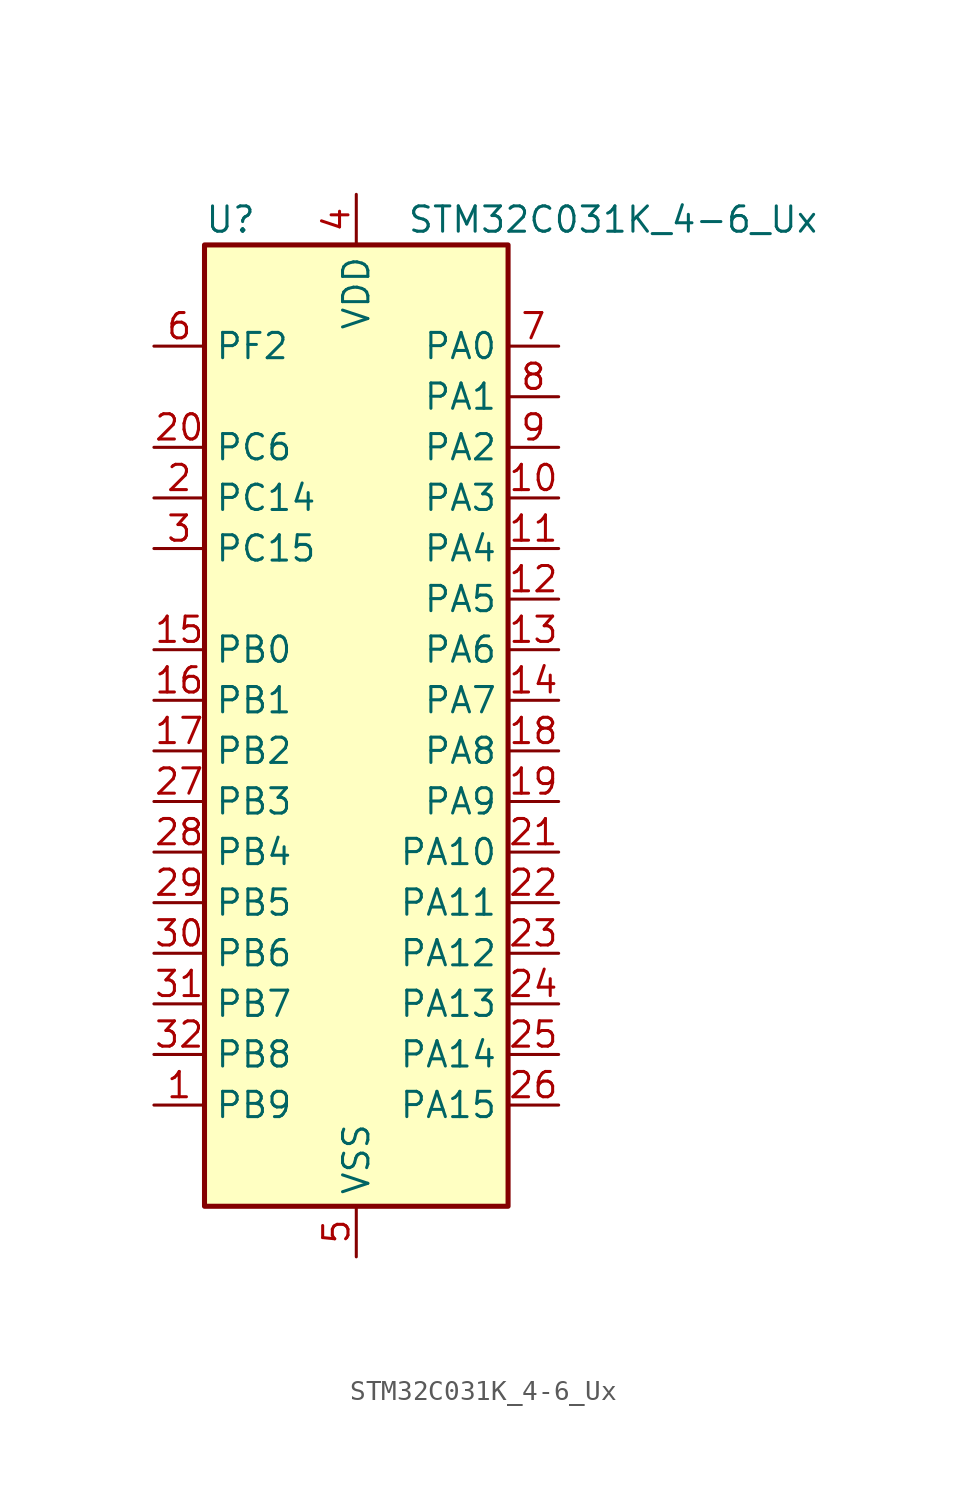
<source format=kicad_sym>
(kicad_symbol_lib
  (version 20241209)
  (generator "kicad_symbol_editor")
  (generator_version "9.0")
  (symbol "STM32C031K_4-6_Ux"
    (property "Reference" "U"
      (at -7.62 26.67 0)
      (effects (font (size 1.27 1.27)) (justify left)))
    (property "Value" "STM32C031K_4-6_Ux"
      (at 2.54 26.67 0)
      (effects (font (size 1.27 1.27)) (justify left)))
    (symbol "STM32C031K_4-6_Ux_0_1"
      (rectangle (start -7.62 -22.86) (end 7.62 25.4) (stroke (width 0.254) (type default)) (fill (type background))))
    (symbol "STM32C031K_4-6_Ux_1_1"
      (pin bidirectional line (at -10.16 20.32 0) (length 2.54) (name "PF2" (effects (font (size 1.27 1.27)))) (number "6" (effects (font (size 1.27 1.27)))) (alternate "RCC_MCO" bidirectional line) (alternate "TIM1_CH4" bidirectional line))
      (pin bidirectional line (at -10.16 15.24 0) (length 2.54) (name "PC6" (effects (font (size 1.27 1.27)))) (number "20" (effects (font (size 1.27 1.27)))) (alternate "TIM3_CH1" bidirectional line))
      (pin bidirectional line (at -10.16 12.7 0) (length 2.54) (name "PC14" (effects (font (size 1.27 1.27)))) (number "2" (effects (font (size 1.27 1.27)))) (alternate "I2C1_SDA" bidirectional line) (alternate "IR_OUT" bidirectional line) (alternate "RCC_OSCX_IN" bidirectional line) (alternate "TIM17_CH1" bidirectional line) (alternate "TIM1_BKIN2" bidirectional line) (alternate "TIM1_ETR" bidirectional line) (alternate "TIM3_CH2" bidirectional line) (alternate "USART1_TX" bidirectional line) (alternate "USART2_CK" bidirectional line) (alternate "USART2_DE" bidirectional line) (alternate "USART2_RTS" bidirectional line))
      (pin bidirectional line (at -10.16 10.16 0) (length 2.54) (name "PC15" (effects (font (size 1.27 1.27)))) (number "3" (effects (font (size 1.27 1.27)))) (alternate "RCC_OSC32_EN" bidirectional line) (alternate "RCC_OSCX_OUT" bidirectional line) (alternate "RCC_OSC_EN" bidirectional line) (alternate "TIM1_ETR" bidirectional line) (alternate "TIM3_CH3" bidirectional line))
      (pin bidirectional line (at -10.16 5.08 0) (length 2.54) (name "PB0" (effects (font (size 1.27 1.27)))) (number "15" (effects (font (size 1.27 1.27)))) (alternate "ADC1_IN17" bidirectional line) (alternate "I2S1_WS" bidirectional line) (alternate "SPI1_NSS" bidirectional line) (alternate "TIM1_CH2N" bidirectional line) (alternate "TIM3_CH3" bidirectional line))
      (pin bidirectional line (at -10.16 2.54 0) (length 2.54) (name "PB1" (effects (font (size 1.27 1.27)))) (number "16" (effects (font (size 1.27 1.27)))) (alternate "ADC1_IN18" bidirectional line) (alternate "TIM14_CH1" bidirectional line) (alternate "TIM1_CH2N" bidirectional line) (alternate "TIM1_CH3N" bidirectional line) (alternate "TIM3_CH4" bidirectional line))
      (pin bidirectional line (at -10.16 0 0) (length 2.54) (name "PB2" (effects (font (size 1.27 1.27)))) (number "17" (effects (font (size 1.27 1.27)))) (alternate "ADC1_IN19" bidirectional line) (alternate "RCC_MCO_2" bidirectional line) (alternate "USART1_RX" bidirectional line))
      (pin bidirectional line (at -10.16 -2.54 0) (length 2.54) (name "PB3" (effects (font (size 1.27 1.27)))) (number "27" (effects (font (size 1.27 1.27)))) (alternate "I2S1_CK" bidirectional line) (alternate "SPI1_SCK" bidirectional line) (alternate "TIM1_CH2" bidirectional line) (alternate "TIM3_CH2" bidirectional line) (alternate "USART1_CK" bidirectional line) (alternate "USART1_DE" bidirectional line) (alternate "USART1_RTS" bidirectional line))
      (pin bidirectional line (at -10.16 -5.08 0) (length 2.54) (name "PB4" (effects (font (size 1.27 1.27)))) (number "28" (effects (font (size 1.27 1.27)))) (alternate "I2S1_MCK" bidirectional line) (alternate "SPI1_MISO" bidirectional line) (alternate "TIM17_BKIN" bidirectional line) (alternate "TIM3_CH1" bidirectional line) (alternate "USART1_CTS" bidirectional line) (alternate "USART1_NSS" bidirectional line))
      (pin bidirectional line (at -10.16 -7.62 0) (length 2.54) (name "PB5" (effects (font (size 1.27 1.27)))) (number "29" (effects (font (size 1.27 1.27)))) (alternate "I2C1_SMBA" bidirectional line) (alternate "I2S1_SD" bidirectional line) (alternate "PWR_WKUP6" bidirectional line) (alternate "SPI1_MOSI" bidirectional line) (alternate "TIM16_BKIN" bidirectional line) (alternate "TIM3_CH2" bidirectional line) (alternate "TIM3_CH3" bidirectional line))
      (pin bidirectional line (at -10.16 -10.16 0) (length 2.54) (name "PB6" (effects (font (size 1.27 1.27)))) (number "30" (effects (font (size 1.27 1.27)))) (alternate "I2C1_SCL" bidirectional line) (alternate "I2C1_SMBA" bidirectional line) (alternate "I2S1_CK" bidirectional line) (alternate "I2S1_MCK" bidirectional line) (alternate "I2S1_SD" bidirectional line) (alternate "PWR_WKUP3" bidirectional line) (alternate "SPI1_MISO" bidirectional line) (alternate "SPI1_MOSI" bidirectional line) (alternate "SPI1_SCK" bidirectional line) (alternate "TIM16_BKIN" bidirectional line) (alternate "TIM16_CH1N" bidirectional line) (alternate "TIM17_BKIN" bidirectional line) (alternate "TIM1_CH2" bidirectional line) (alternate "TIM1_CH3" bidirectional line) (alternate "TIM3_CH1" bidirectional line) (alternate "TIM3_CH2" bidirectional line) (alternate "TIM3_CH3" bidirectional line) (alternate "USART1_CK" bidirectional line) (alternate "USART1_CTS" bidirectional line) (alternate "USART1_DE" bidirectional line) (alternate "USART1_NSS" bidirectional line) (alternate "USART1_RTS" bidirectional line) (alternate "USART1_TX" bidirectional line))
      (pin bidirectional line (at -10.16 -12.7 0) (length 2.54) (name "PB7" (effects (font (size 1.27 1.27)))) (number "31" (effects (font (size 1.27 1.27)))) (alternate "I2C1_SCL" bidirectional line) (alternate "I2C1_SDA" bidirectional line) (alternate "RTC_REFIN" bidirectional line) (alternate "TIM16_CH1" bidirectional line) (alternate "TIM17_CH1N" bidirectional line) (alternate "TIM1_CH4" bidirectional line) (alternate "TIM3_CH1" bidirectional line) (alternate "TIM3_CH4" bidirectional line) (alternate "USART1_RX" bidirectional line) (alternate "USART2_CTS" bidirectional line) (alternate "USART2_NSS" bidirectional line))
      (pin bidirectional line (at -10.16 -15.24 0) (length 2.54) (name "PB8" (effects (font (size 1.27 1.27)))) (number "32" (effects (font (size 1.27 1.27)))) (alternate "I2C1_SCL" bidirectional line) (alternate "TIM16_CH1" bidirectional line) (alternate "TIM3_CH1" bidirectional line) (alternate "USART2_CTS" bidirectional line) (alternate "USART2_NSS" bidirectional line))
      (pin bidirectional line (at -10.16 -17.78 0) (length 2.54) (name "PB9" (effects (font (size 1.27 1.27)))) (number "1" (effects (font (size 1.27 1.27)))) (alternate "I2C1_SDA" bidirectional line) (alternate "IR_OUT" bidirectional line) (alternate "TIM17_CH1" bidirectional line) (alternate "TIM3_CH2" bidirectional line) (alternate "USART2_CK" bidirectional line) (alternate "USART2_DE" bidirectional line) (alternate "USART2_RTS" bidirectional line))
      (pin power_in line (at 0 27.94 270) (length 2.54) (name "VDD" (effects (font (size 1.27 1.27)))) (number "4" (effects (font (size 1.27 1.27)))))
      (pin passive line (at 0 -25.4 90) (length 2.54) (hide yes) (name "VSS" (effects (font (size 1.27 1.27)))) (number "33" (effects (font (size 1.27 1.27)))))
      (pin power_in line (at 0 -25.4 90) (length 2.54) (name "VSS" (effects (font (size 1.27 1.27)))) (number "5" (effects (font (size 1.27 1.27)))))
      (pin bidirectional line (at 10.16 20.32 180) (length 2.54) (name "PA0" (effects (font (size 1.27 1.27)))) (number "7" (effects (font (size 1.27 1.27)))) (alternate "ADC1_IN0" bidirectional line) (alternate "PWR_WKUP1" bidirectional line) (alternate "TIM16_CH1" bidirectional line) (alternate "TIM1_CH1" bidirectional line) (alternate "USART1_TX" bidirectional line) (alternate "USART2_CTS" bidirectional line) (alternate "USART2_NSS" bidirectional line))
      (pin bidirectional line (at 10.16 17.78 180) (length 2.54) (name "PA1" (effects (font (size 1.27 1.27)))) (number "8" (effects (font (size 1.27 1.27)))) (alternate "ADC1_IN1" bidirectional line) (alternate "I2C1_SMBA" bidirectional line) (alternate "I2S1_CK" bidirectional line) (alternate "SPI1_SCK" bidirectional line) (alternate "TIM17_CH1" bidirectional line) (alternate "TIM1_CH2" bidirectional line) (alternate "USART1_RX" bidirectional line) (alternate "USART2_CK" bidirectional line) (alternate "USART2_DE" bidirectional line) (alternate "USART2_RTS" bidirectional line))
      (pin bidirectional line (at 10.16 15.24 180) (length 2.54) (name "PA2" (effects (font (size 1.27 1.27)))) (number "9" (effects (font (size 1.27 1.27)))) (alternate "ADC1_IN2" bidirectional line) (alternate "I2S1_SD" bidirectional line) (alternate "PWR_WKUP4" bidirectional line) (alternate "RCC_LSCO" bidirectional line) (alternate "SPI1_MOSI" bidirectional line) (alternate "TIM16_CH1N" bidirectional line) (alternate "TIM1_CH3" bidirectional line) (alternate "TIM3_ETR" bidirectional line) (alternate "USART2_TX" bidirectional line))
      (pin bidirectional line (at 10.16 12.7 180) (length 2.54) (name "PA3" (effects (font (size 1.27 1.27)))) (number "10" (effects (font (size 1.27 1.27)))) (alternate "ADC1_IN3" bidirectional line) (alternate "TIM1_CH1N" bidirectional line) (alternate "TIM1_CH4" bidirectional line) (alternate "USART2_RX" bidirectional line))
      (pin bidirectional line (at 10.16 10.16 180) (length 2.54) (name "PA4" (effects (font (size 1.27 1.27)))) (number "11" (effects (font (size 1.27 1.27)))) (alternate "ADC1_IN4" bidirectional line) (alternate "I2S1_WS" bidirectional line) (alternate "PWR_WKUP2" bidirectional line) (alternate "RTC_OUT1" bidirectional line) (alternate "RTC_TS" bidirectional line) (alternate "SPI1_NSS" bidirectional line) (alternate "TIM14_CH1" bidirectional line) (alternate "TIM17_CH1N" bidirectional line) (alternate "TIM1_CH2N" bidirectional line) (alternate "USART2_TX" bidirectional line))
      (pin bidirectional line (at 10.16 7.62 180) (length 2.54) (name "PA5" (effects (font (size 1.27 1.27)))) (number "12" (effects (font (size 1.27 1.27)))) (alternate "ADC1_IN5" bidirectional line) (alternate "I2S1_CK" bidirectional line) (alternate "SPI1_SCK" bidirectional line) (alternate "TIM1_CH1" bidirectional line) (alternate "TIM1_CH3N" bidirectional line) (alternate "USART2_RX" bidirectional line))
      (pin bidirectional line (at 10.16 5.08 180) (length 2.54) (name "PA6" (effects (font (size 1.27 1.27)))) (number "13" (effects (font (size 1.27 1.27)))) (alternate "ADC1_IN6" bidirectional line) (alternate "I2S1_MCK" bidirectional line) (alternate "SPI1_MISO" bidirectional line) (alternate "TIM16_CH1" bidirectional line) (alternate "TIM1_BKIN" bidirectional line) (alternate "TIM3_CH1" bidirectional line))
      (pin bidirectional line (at 10.16 2.54 180) (length 2.54) (name "PA7" (effects (font (size 1.27 1.27)))) (number "14" (effects (font (size 1.27 1.27)))) (alternate "ADC1_IN7" bidirectional line) (alternate "I2S1_SD" bidirectional line) (alternate "SPI1_MOSI" bidirectional line) (alternate "TIM14_CH1" bidirectional line) (alternate "TIM17_CH1" bidirectional line) (alternate "TIM1_CH1N" bidirectional line) (alternate "TIM3_CH2" bidirectional line))
      (pin bidirectional line (at 10.16 0 180) (length 2.54) (name "PA8" (effects (font (size 1.27 1.27)))) (number "18" (effects (font (size 1.27 1.27)))) (alternate "ADC1_IN8" bidirectional line) (alternate "I2S1_WS" bidirectional line) (alternate "RCC_MCO" bidirectional line) (alternate "RCC_MCO_2" bidirectional line) (alternate "SPI1_NSS" bidirectional line) (alternate "TIM14_CH1" bidirectional line) (alternate "TIM1_CH1" bidirectional line) (alternate "TIM1_CH2N" bidirectional line) (alternate "TIM1_CH3N" bidirectional line) (alternate "TIM3_CH3" bidirectional line) (alternate "TIM3_CH4" bidirectional line) (alternate "USART1_RX" bidirectional line) (alternate "USART2_TX" bidirectional line))
      (pin bidirectional line (at 10.16 -2.54 180) (length 2.54) (name "PA9" (effects (font (size 1.27 1.27)))) (number "19" (effects (font (size 1.27 1.27)))) (alternate "I2C1_SCL" bidirectional line) (alternate "RCC_MCO" bidirectional line) (alternate "TIM1_CH2" bidirectional line) (alternate "TIM3_ETR" bidirectional line) (alternate "USART1_TX" bidirectional line))
      (pin bidirectional line (at 10.16 -5.08 180) (length 2.54) (name "PA10" (effects (font (size 1.27 1.27)))) (number "21" (effects (font (size 1.27 1.27)))) (alternate "I2C1_SDA" bidirectional line) (alternate "RCC_MCO_2" bidirectional line) (alternate "TIM17_BKIN" bidirectional line) (alternate "TIM1_CH3" bidirectional line) (alternate "USART1_RX" bidirectional line))
      (pin bidirectional line (at 10.16 -7.62 180) (length 2.54) (name "PA11" (effects (font (size 1.27 1.27)))) (number "22" (effects (font (size 1.27 1.27)))) (alternate "ADC1_EXTI11" bidirectional line) (alternate "ADC1_IN11" bidirectional line) (alternate "I2S1_MCK" bidirectional line) (alternate "SPI1_MISO" bidirectional line) (alternate "TIM1_BKIN2" bidirectional line) (alternate "TIM1_CH4" bidirectional line) (alternate "USART1_CTS" bidirectional line) (alternate "USART1_NSS" bidirectional line))
      (pin bidirectional line (at 10.16 -10.16 180) (length 2.54) (name "PA12" (effects (font (size 1.27 1.27)))) (number "23" (effects (font (size 1.27 1.27)))) (alternate "ADC1_IN12" bidirectional line) (alternate "I2S1_SD" bidirectional line) (alternate "I2S_CKIN" bidirectional line) (alternate "SPI1_MOSI" bidirectional line) (alternate "TIM1_ETR" bidirectional line) (alternate "USART1_CK" bidirectional line) (alternate "USART1_DE" bidirectional line) (alternate "USART1_RTS" bidirectional line))
      (pin bidirectional line (at 10.16 -12.7 180) (length 2.54) (name "PA13" (effects (font (size 1.27 1.27)))) (number "24" (effects (font (size 1.27 1.27)))) (alternate "ADC1_IN13" bidirectional line) (alternate "DEBUG_SWDIO" bidirectional line) (alternate "IR_OUT" bidirectional line) (alternate "TIM3_ETR" bidirectional line) (alternate "USART2_RX" bidirectional line))
      (pin bidirectional line (at 10.16 -15.24 180) (length 2.54) (name "PA14" (effects (font (size 1.27 1.27)))) (number "25" (effects (font (size 1.27 1.27)))) (alternate "ADC1_IN14" bidirectional line) (alternate "DEBUG_SWCLK" bidirectional line) (alternate "I2S1_WS" bidirectional line) (alternate "RCC_MCO_2" bidirectional line) (alternate "SPI1_NSS" bidirectional line) (alternate "TIM1_CH1" bidirectional line) (alternate "USART1_CK" bidirectional line) (alternate "USART1_DE" bidirectional line) (alternate "USART1_RTS" bidirectional line) (alternate "USART2_RX" bidirectional line) (alternate "USART2_TX" bidirectional line))
      (pin bidirectional line (at 10.16 -17.78 180) (length 2.54) (name "PA15" (effects (font (size 1.27 1.27)))) (number "26" (effects (font (size 1.27 1.27)))) (alternate "I2S1_WS" bidirectional line) (alternate "RCC_MCO_2" bidirectional line) (alternate "SPI1_NSS" bidirectional line) (alternate "TIM1_CH1" bidirectional line) (alternate "USART1_CK" bidirectional line) (alternate "USART1_DE" bidirectional line) (alternate "USART1_RTS" bidirectional line) (alternate "USART2_RX" bidirectional line)))))
</source>
